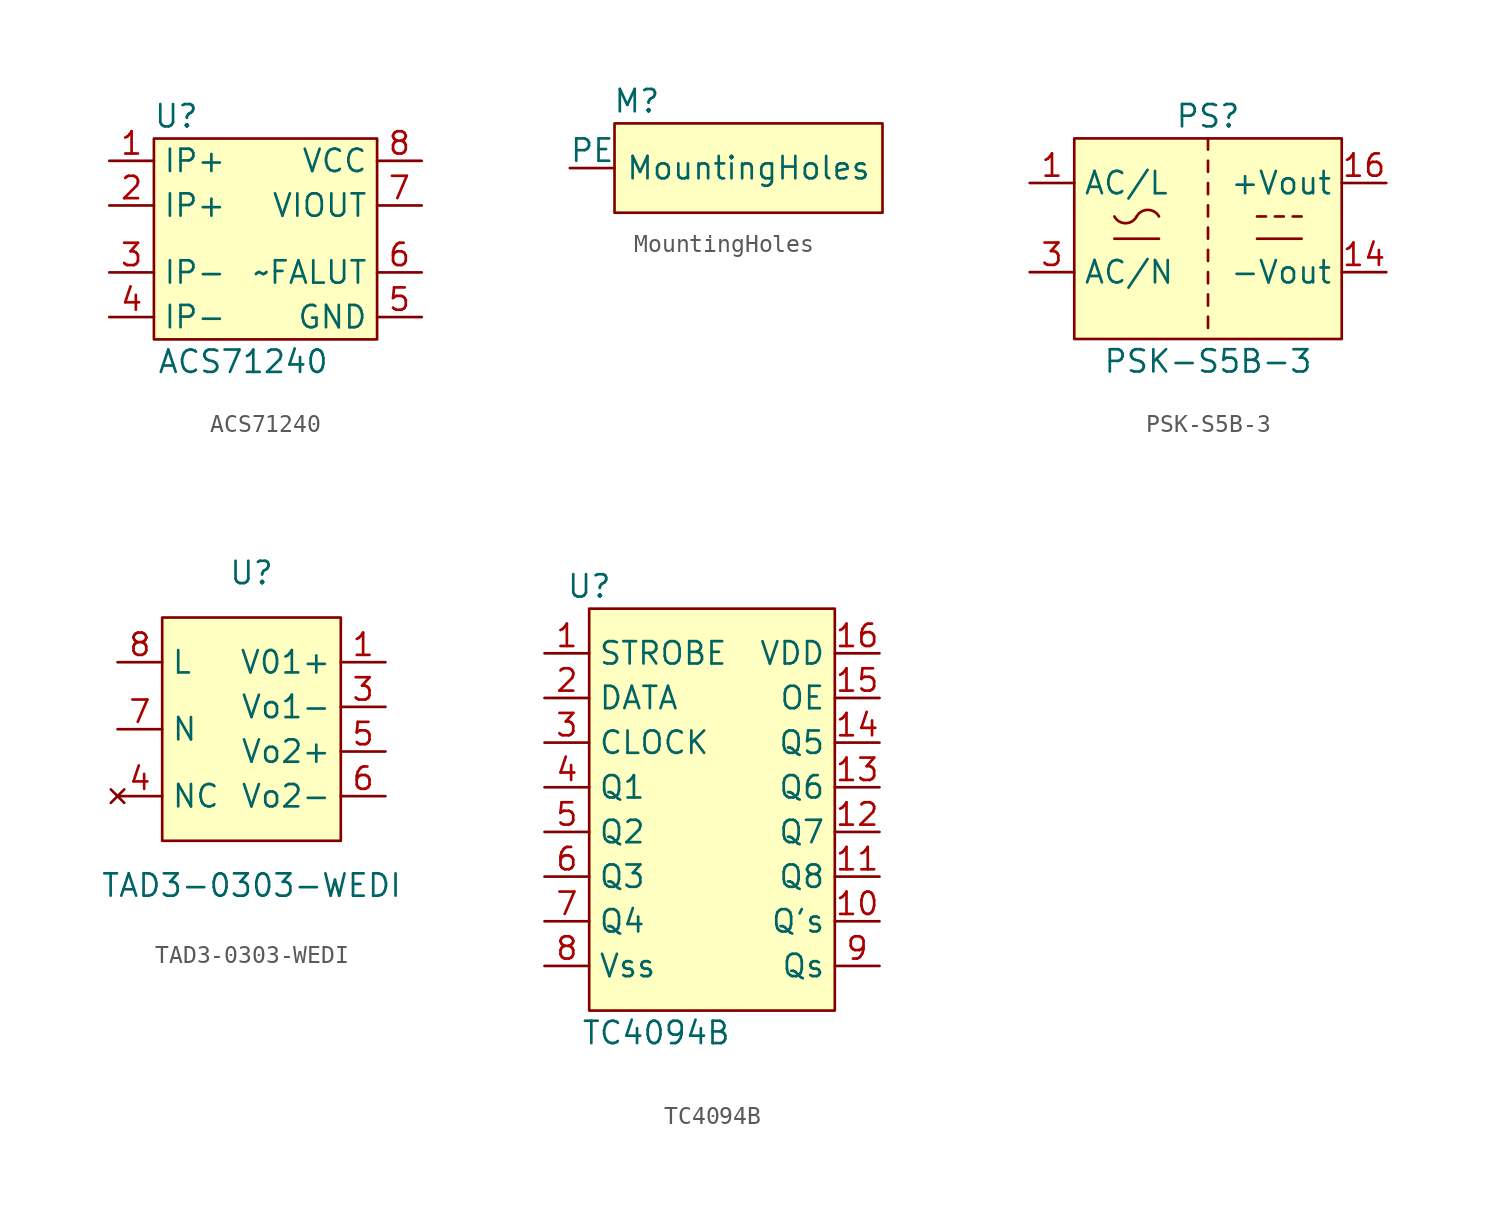
<source format=kicad_sym>
(kicad_symbol_lib
  (version 20210619)
  (generator kicad_symbol_editor)
  (symbol "phase_angle_control:ACS71240"
    (property "Reference" "U"
      (at -5.08 3.81 0)
      (effects (font (size 1.27 1.27))))
    (property "Value" "ACS71240"
      (at -1.27 -10.16 0)
      (effects (font (size 1.27 1.27))))
    (symbol "ACS71240_0_1"
      (rectangle (start -6.35 2.54) (end 6.35 -8.89) (stroke (width 0.152)) (fill (type background))))
    (symbol "ACS71240_1_1"
      (pin passive line (at -8.89 1.27 0) (length 2.54) (name "IP+" (effects (font (size 1.27 1.27)))) (number "1" (effects (font (size 1.27 1.27)))))
      (pin passive line (at -8.89 -1.27 0) (length 2.54) (name "IP+" (effects (font (size 1.27 1.27)))) (number "2" (effects (font (size 1.27 1.27)))))
      (pin passive line (at -8.89 -5.08 0) (length 2.54) (name "IP-" (effects (font (size 1.27 1.27)))) (number "3" (effects (font (size 1.27 1.27)))))
      (pin passive line (at -8.89 -7.62 0) (length 2.54) (name "IP-" (effects (font (size 1.27 1.27)))) (number "4" (effects (font (size 1.27 1.27)))))
      (pin passive line (at 8.89 -7.62 180) (length 2.54) (name "GND" (effects (font (size 1.27 1.27)))) (number "5" (effects (font (size 1.27 1.27)))))
      (pin passive line (at 8.89 -5.08 180) (length 2.54) (name "~FALUT" (effects (font (size 1.27 1.27)))) (number "6" (effects (font (size 1.27 1.27)))))
      (pin output line (at 8.89 -1.27 180) (length 2.54) (name "VIOUT" (effects (font (size 1.27 1.27)))) (number "7" (effects (font (size 1.27 1.27)))))
      (pin passive line (at 8.89 1.27 180) (length 2.54) (name "VCC" (effects (font (size 1.27 1.27)))) (number "8" (effects (font (size 1.27 1.27)))))))
  (symbol "phase_angle_control:MountingHoles"
    (pin_numbers hide)
    (pin_names
      (offset 0))
    (property "Reference" "M"
      (at 1.27 3.81 0)
      (effects (font (size 1.27 1.27))))
    (property "Value" "MountingHoles"
      (at 7.62 0 0)
      (effects (font (size 1.27 1.27))))
    (symbol "MountingHoles_0_1"
      (rectangle (start 0 2.54) (end 15.24 -2.54) (stroke (width 0.152)) (fill (type background))))
    (symbol "MountingHoles_1_1"
      (pin passive line (at -2.54 0 0) (length 2.54) (name "PE" (effects (font (size 1.27 1.27)))) (number "1" (effects (font (size 1.27 1.27)))))))
  (symbol "phase_angle_control:PSK-S5B-3"
    (property "Reference" "PS"
      (at 0 6.35 0)
      (effects (font (size 1.27 1.27))))
    (property "Value" "PSK-S5B-3"
      (at 0 -7.62 0)
      (effects (font (size 1.27 1.27))))
    (symbol "PSK-S5B-3_0_1"
      (arc (start -5.334 0.635) (end -4.064 0.635) (radius (at -4.699 0.9652) (length 0.7112) (angles -152.5 -27.5)) (stroke (width 0)) (fill (type none)))
      (arc (start -2.794 0.635) (end -4.064 0.635) (radius (at -3.429 0.2794) (length 0.7366) (angles 29.2 150.8)) (stroke (width 0)) (fill (type none)))
      (rectangle (start -7.62 5.08) (end 7.62 -6.35) (stroke (width 0.152)) (fill (type background)))
      (polyline (pts (xy -5.334 -0.635) (xy -2.794 -0.635)) (stroke (width 0)) (fill (type none)))
      (polyline (pts (xy 0 -5.08) (xy 0 -5.715)) (stroke (width 0)) (fill (type none)))
      (polyline (pts (xy 0 -3.81) (xy 0 -4.445)) (stroke (width 0)) (fill (type none)))
      (polyline (pts (xy 0 -2.54) (xy 0 -3.175)) (stroke (width 0)) (fill (type none)))
      (polyline (pts (xy 0 -1.27) (xy 0 -1.905)) (stroke (width 0)) (fill (type none)))
      (polyline (pts (xy 0 0) (xy 0 -0.635)) (stroke (width 0)) (fill (type none)))
      (polyline (pts (xy 0 1.27) (xy 0 0.635)) (stroke (width 0)) (fill (type none)))
      (polyline (pts (xy 0 2.54) (xy 0 1.905)) (stroke (width 0)) (fill (type none)))
      (polyline (pts (xy 0 3.81) (xy 0 3.175)) (stroke (width 0)) (fill (type none)))
      (polyline (pts (xy 0 5.08) (xy 0 4.445)) (stroke (width 0)) (fill (type none)))
      (polyline (pts (xy 2.794 -0.635) (xy 5.334 -0.635)) (stroke (width 0)) (fill (type none)))
      (polyline (pts (xy 2.794 0.635) (xy 3.302 0.635)) (stroke (width 0)) (fill (type none)))
      (polyline (pts (xy 3.81 0.635) (xy 4.318 0.635)) (stroke (width 0)) (fill (type none)))
      (polyline (pts (xy 4.826 0.635) (xy 5.334 0.635)) (stroke (width 0)) (fill (type none))))
    (symbol "PSK-S5B-3_1_1"
      (pin power_in line (at -10.16 2.54 0) (length 2.54) (name "AC/L" (effects (font (size 1.27 1.27)))) (number "1" (effects (font (size 1.27 1.27)))))
      (pin no_connect line (at 10.16 -5.08 180) (length 2.54) hide (name "NC" (effects (font (size 1.27 1.27)))) (number "13" (effects (font (size 1.27 1.27)))))
      (pin power_out line (at 10.16 -2.54 180) (length 2.54) (name "-Vout" (effects (font (size 1.27 1.27)))) (number "14" (effects (font (size 1.27 1.27)))))
      (pin power_out line (at 10.16 2.54 180) (length 2.54) (name "+Vout" (effects (font (size 1.27 1.27)))) (number "16" (effects (font (size 1.27 1.27)))))
      (pin power_in line (at -10.16 -2.54 0) (length 2.54) (name "AC/N" (effects (font (size 1.27 1.27)))) (number "3" (effects (font (size 1.27 1.27)))))))
  (symbol "phase_angle_control:TAD3-0303-WEDI"
    (property "Reference" "U"
      (at 0 8.89 0)
      (effects (font (size 1.27 1.27))))
    (property "Value" "TAD3-0303-WEDI"
      (at 0 -8.89 0)
      (effects (font (size 1.27 1.27))))
    (symbol "TAD3-0303-WEDI_0_1"
      (rectangle (start -5.08 6.35) (end 5.08 -6.35) (stroke (width 0.152)) (fill (type background))))
    (symbol "TAD3-0303-WEDI_1_1"
      (pin input line (at 7.62 3.81 180) (length 2.54) (name "V01+" (effects (font (size 1.27 1.27)))) (number "1" (effects (font (size 1.27 1.27)))))
      (pin input line (at 7.62 1.27 180) (length 2.54) (name "Vo1-" (effects (font (size 1.27 1.27)))) (number "3" (effects (font (size 1.27 1.27)))))
      (pin no_connect line (at -7.62 -3.81 0) (length 2.54) (name "NC" (effects (font (size 1.27 1.27)))) (number "4" (effects (font (size 1.27 1.27)))))
      (pin input line (at 7.62 -1.27 180) (length 2.54) (name "Vo2+" (effects (font (size 1.27 1.27)))) (number "5" (effects (font (size 1.27 1.27)))))
      (pin input line (at 7.62 -3.81 180) (length 2.54) (name "Vo2-" (effects (font (size 1.27 1.27)))) (number "6" (effects (font (size 1.27 1.27)))))
      (pin input line (at -7.62 0 0) (length 2.54) (name "N" (effects (font (size 1.27 1.27)))) (number "7" (effects (font (size 1.27 1.27)))))
      (pin input line (at -7.62 3.81 0) (length 2.54) (name "L" (effects (font (size 1.27 1.27)))) (number "8" (effects (font (size 1.27 1.27)))))))
  (symbol "phase_angle_control:TC4094B"
    (property "Reference" "U"
      (at -1.27 0 0)
      (effects (font (size 1.27 1.27))))
    (property "Value" "TC4094B"
      (at 2.54 -25.4 0)
      (effects (font (size 1.27 1.27))))
    (symbol "TC4094B_0_1"
      (rectangle (start -1.27 -1.27) (end 12.7 -24.13) (stroke (width 0.152)) (fill (type background))))
    (symbol "TC4094B_1_1"
      (pin input line (at -3.81 -3.81 0) (length 2.54) (name "STROBE" (effects (font (size 1.27 1.27)))) (number "1" (effects (font (size 1.27 1.27)))))
      (pin output line (at 15.24 -19.05 180) (length 2.54) (name "Q's" (effects (font (size 1.27 1.27)))) (number "10" (effects (font (size 1.27 1.27)))))
      (pin tri_state line (at 15.24 -16.51 180) (length 2.54) (name "Q8" (effects (font (size 1.27 1.27)))) (number "11" (effects (font (size 1.27 1.27)))))
      (pin tri_state line (at 15.24 -13.97 180) (length 2.54) (name "Q7" (effects (font (size 1.27 1.27)))) (number "12" (effects (font (size 1.27 1.27)))))
      (pin tri_state line (at 15.24 -11.43 180) (length 2.54) (name "Q6" (effects (font (size 1.27 1.27)))) (number "13" (effects (font (size 1.27 1.27)))))
      (pin tri_state line (at 15.24 -8.89 180) (length 2.54) (name "Q5" (effects (font (size 1.27 1.27)))) (number "14" (effects (font (size 1.27 1.27)))))
      (pin input line (at 15.24 -6.35 180) (length 2.54) (name "OE" (effects (font (size 1.27 1.27)))) (number "15" (effects (font (size 1.27 1.27)))))
      (pin passive line (at 15.24 -3.81 180) (length 2.54) (name "VDD" (effects (font (size 1.27 1.27)))) (number "16" (effects (font (size 1.27 1.27)))))
      (pin input line (at -3.81 -6.35 0) (length 2.54) (name "DATA" (effects (font (size 1.27 1.27)))) (number "2" (effects (font (size 1.27 1.27)))))
      (pin input line (at -3.81 -8.89 0) (length 2.54) (name "CLOCK" (effects (font (size 1.27 1.27)))) (number "3" (effects (font (size 1.27 1.27)))))
      (pin tri_state line (at -3.81 -11.43 0) (length 2.54) (name "Q1" (effects (font (size 1.27 1.27)))) (number "4" (effects (font (size 1.27 1.27)))))
      (pin tri_state line (at -3.81 -13.97 0) (length 2.54) (name "Q2" (effects (font (size 1.27 1.27)))) (number "5" (effects (font (size 1.27 1.27)))))
      (pin tri_state line (at -3.81 -16.51 0) (length 2.54) (name "Q3" (effects (font (size 1.27 1.27)))) (number "6" (effects (font (size 1.27 1.27)))))
      (pin tri_state line (at -3.81 -19.05 0) (length 2.54) (name "Q4" (effects (font (size 1.27 1.27)))) (number "7" (effects (font (size 1.27 1.27)))))
      (pin passive line (at -3.81 -21.59 0) (length 2.54) (name "Vss" (effects (font (size 1.27 1.27)))) (number "8" (effects (font (size 1.27 1.27)))))
      (pin output line (at 15.24 -21.59 180) (length 2.54) (name "Qs" (effects (font (size 1.27 1.27)))) (number "9" (effects (font (size 1.27 1.27))))))))
</source>
